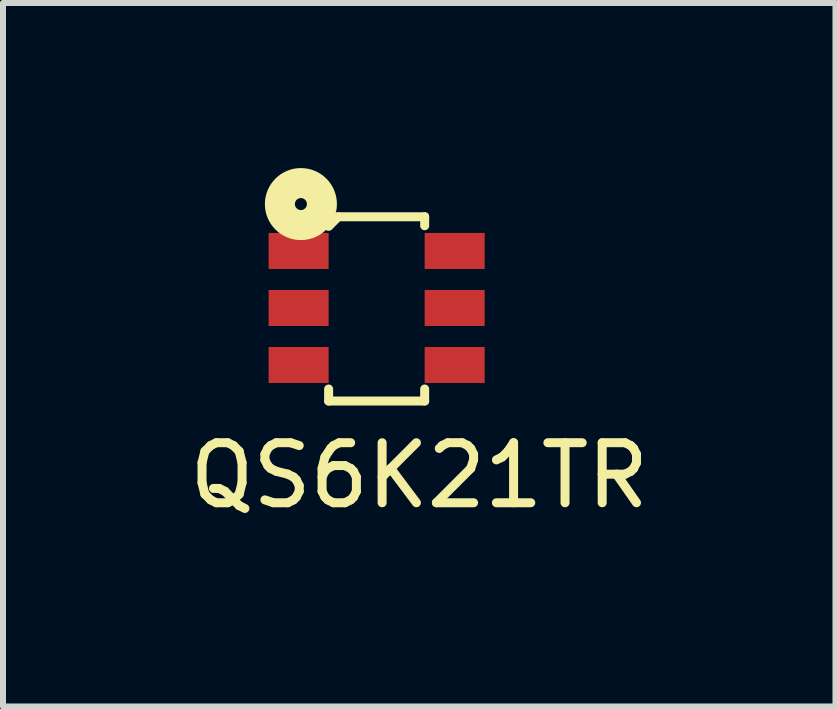
<source format=kicad_pcb>
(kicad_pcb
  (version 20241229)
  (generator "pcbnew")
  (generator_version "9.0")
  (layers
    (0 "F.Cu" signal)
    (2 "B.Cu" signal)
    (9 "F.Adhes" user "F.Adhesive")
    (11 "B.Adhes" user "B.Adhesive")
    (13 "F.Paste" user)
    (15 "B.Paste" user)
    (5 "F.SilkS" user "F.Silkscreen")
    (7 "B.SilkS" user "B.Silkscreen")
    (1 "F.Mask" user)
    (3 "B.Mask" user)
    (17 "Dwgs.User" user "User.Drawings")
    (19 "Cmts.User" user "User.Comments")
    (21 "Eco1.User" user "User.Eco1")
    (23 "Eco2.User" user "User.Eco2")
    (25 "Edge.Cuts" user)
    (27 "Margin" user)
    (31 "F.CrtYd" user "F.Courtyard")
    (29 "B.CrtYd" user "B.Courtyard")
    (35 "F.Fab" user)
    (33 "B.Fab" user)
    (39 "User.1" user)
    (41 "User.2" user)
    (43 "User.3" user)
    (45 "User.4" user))
  (footprint "QS6K21TR"
    (layer "F.Cu")
    (at 1.925 1.131)
    (property "Reference" "QS6K21TR" (at 2.01 3.74 0) (layer "F.SilkS") (effects (font (size 1 1) (thickness 0.15))))
    (attr through_hole)
    (fp_line (start 0.5 -0.41) (end 0.66 -0.57) (stroke (width 0.15) (type solid)) (layer "F.SilkS"))
    (fp_line (start 0.5 2.3) (end 0.5 2.5) (stroke (width 0.15) (type solid)) (layer "F.SilkS"))
    (fp_line (start 0.5 2.5) (end 2.1 2.5) (stroke (width 0.15) (type solid)) (layer "F.SilkS"))
    (fp_line (start 0.66 -0.57) (end 2.1 -0.57) (stroke (width 0.15) (type solid)) (layer "F.SilkS"))
    (fp_line (start 2.1 -0.57) (end 2.1 -0.42) (stroke (width 0.15) (type solid)) (layer "F.SilkS"))
    (fp_line (start 2.1 2.5) (end 2.1 2.3) (stroke (width 0.15) (type solid)) (layer "F.SilkS"))
    (fp_circle (center 0.038 -0.781) (end 0.138 -0.781) (stroke (width 0.5) (type solid)) (fill no) (layer "F.SilkS"))
    (pad "1" smd rect (at 0 0 90) (size 0.6 1) (layers "F.Cu" "F.Mask" "F.Paste"))
    (pad "2" smd rect (at 0 0.95 90) (size 0.6 1) (layers "F.Cu" "F.Mask" "F.Paste"))
    (pad "3" smd rect (at 0 1.9 90) (size 0.6 1) (layers "F.Cu" "F.Mask" "F.Paste"))
    (pad "4" smd rect (at 2.6 1.9 90) (size 0.6 1) (layers "F.Cu" "F.Mask" "F.Paste"))
    (pad "5" smd rect (at 2.6 0.95 90) (size 0.6 1) (layers "F.Cu" "F.Mask" "F.Paste"))
    (pad "6" smd rect (at 2.6 0 90) (size 0.6 1) (layers "F.Cu" "F.Mask" "F.Paste")))
  (gr_rect
    (start -3 -3)
    (end 10.869 8.72)
    (stroke (width 0.1) (type default))
    (fill no)
    (layer "Edge.Cuts")))
</source>
